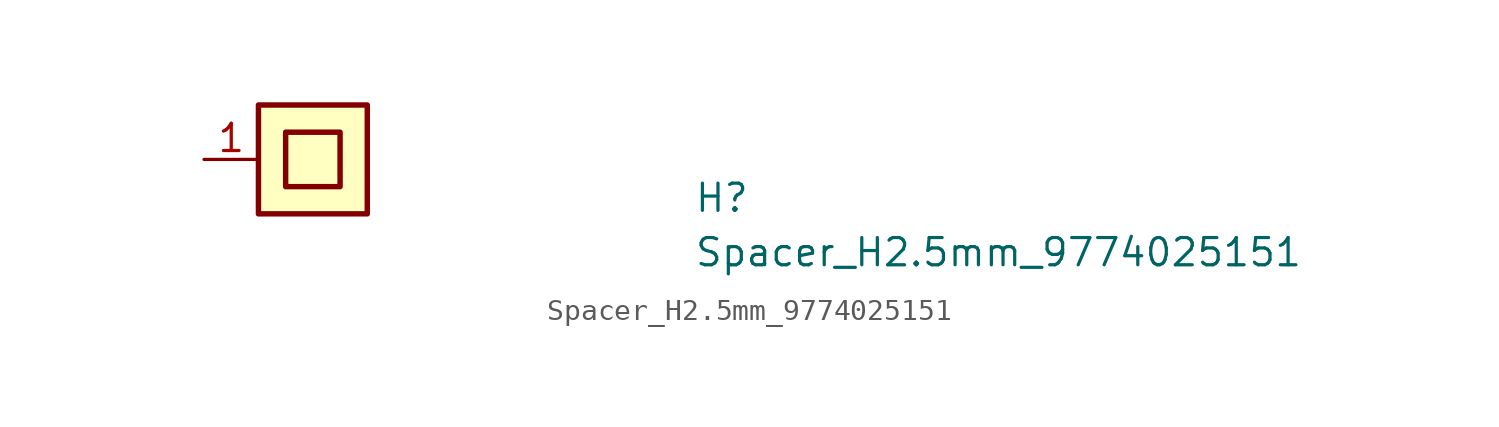
<source format=kicad_sym>
(kicad_symbol_lib
  (version 20211014)
  (generator kicad_symbol_editor)
  (symbol "Spacer_H2.5mm_9774025151"
    (property "Reference" "H"
      (at 22.86 -2.54 0)
      (effects (font (size 1.27 1.27) (thickness 0.15)) (justify left bottom)))
    (property "Value" "Spacer_H2.5mm_9774025151"
      (at 22.86 -5.08 0)
      (effects (font (size 1.27 1.27) (thickness 0.15)) (justify left bottom)))
    (symbol "Spacer_H2.5mm_9774025151_1_1"
      (rectangle (start 2.54 -2.54) (end 7.62 2.54) (stroke (width 0.254) (type default) (color 0 0 0 0)) (fill (type background)))
      (rectangle (start 3.81 -1.27) (end 6.35 1.27) (stroke (width 0.254) (type default) (color 0 0 0 0)) (fill (type background)))
      (pin passive line (at 0 0 0) (length 2.54) (name "~" (effects (font (size 1.27 1.27)))) (number "1" (effects (font (size 1.27 1.27))))))))
</source>
